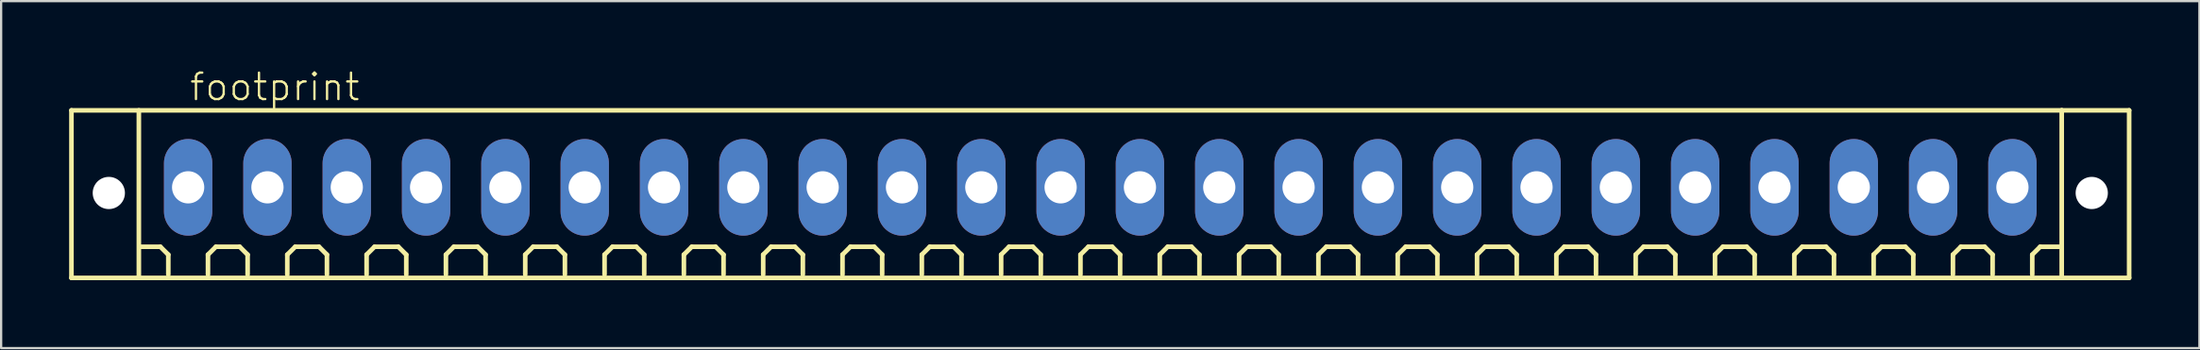
<source format=kicad_pcb>
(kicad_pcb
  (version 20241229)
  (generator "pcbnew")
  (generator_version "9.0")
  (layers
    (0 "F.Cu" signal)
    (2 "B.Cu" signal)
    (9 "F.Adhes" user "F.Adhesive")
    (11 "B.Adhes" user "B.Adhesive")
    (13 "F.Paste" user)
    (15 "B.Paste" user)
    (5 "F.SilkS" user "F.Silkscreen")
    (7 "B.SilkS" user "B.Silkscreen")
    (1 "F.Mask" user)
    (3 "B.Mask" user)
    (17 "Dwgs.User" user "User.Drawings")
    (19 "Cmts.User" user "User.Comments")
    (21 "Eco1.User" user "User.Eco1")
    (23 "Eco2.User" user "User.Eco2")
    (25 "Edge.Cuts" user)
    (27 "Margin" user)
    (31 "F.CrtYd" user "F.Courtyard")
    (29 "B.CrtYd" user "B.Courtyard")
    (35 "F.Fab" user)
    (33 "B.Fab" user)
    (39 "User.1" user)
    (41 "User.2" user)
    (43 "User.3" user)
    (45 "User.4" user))
  (footprint "footprint"
    (layer "F.Cu")
    (at 45.502 5.223)
    (property "Reference" "footprint" (at -40.25 -3.75 0) (layer "F.SilkS") (effects (font (size 1.168 1.168) (thickness 0.102)) (justify left bottom)))
    (fp_line (start -45.4 -3.4) (end 42.425 -3.4) (stroke (width 0.203) (type solid)) (layer "F.SilkS"))
    (fp_line (start -45.4 4) (end -45.4 -3.4) (stroke (width 0.203) (type solid)) (layer "F.SilkS"))
    (fp_line (start -42.425 4) (end -45.4 4) (stroke (width 0.203) (type solid)) (layer "F.SilkS"))
    (fp_line (start -42.425 4) (end -42.425 -3.4) (stroke (width 0.203) (type solid)) (layer "F.SilkS"))
    (fp_line (start -41.475 2.625) (end -42.35 2.625) (stroke (width 0.203) (type solid)) (layer "F.SilkS"))
    (fp_line (start -41.125 2.975) (end -41.475 2.625) (stroke (width 0.203) (type solid)) (layer "F.SilkS"))
    (fp_line (start -41.125 3.85) (end -41.125 2.975) (stroke (width 0.203) (type solid)) (layer "F.SilkS"))
    (fp_line (start -39.375 2.975) (end -39.025 2.625) (stroke (width 0.203) (type solid)) (layer "F.SilkS"))
    (fp_line (start -39.375 3.85) (end -39.375 2.975) (stroke (width 0.203) (type solid)) (layer "F.SilkS"))
    (fp_line (start -39.025 2.625) (end -37.975 2.625) (stroke (width 0.203) (type solid)) (layer "F.SilkS"))
    (fp_line (start -37.975 2.625) (end -37.625 2.975) (stroke (width 0.203) (type solid)) (layer "F.SilkS"))
    (fp_line (start -37.625 2.975) (end -37.625 3.85) (stroke (width 0.203) (type solid)) (layer "F.SilkS"))
    (fp_line (start -35.875 2.975) (end -35.525 2.625) (stroke (width 0.203) (type solid)) (layer "F.SilkS"))
    (fp_line (start -35.875 3.85) (end -35.875 2.975) (stroke (width 0.203) (type solid)) (layer "F.SilkS"))
    (fp_line (start -35.525 2.625) (end -34.475 2.625) (stroke (width 0.203) (type solid)) (layer "F.SilkS"))
    (fp_line (start -34.475 2.625) (end -34.125 2.975) (stroke (width 0.203) (type solid)) (layer "F.SilkS"))
    (fp_line (start -34.125 2.975) (end -34.125 3.85) (stroke (width 0.203) (type solid)) (layer "F.SilkS"))
    (fp_line (start -32.375 2.975) (end -32.025 2.625) (stroke (width 0.203) (type solid)) (layer "F.SilkS"))
    (fp_line (start -32.375 3.85) (end -32.375 2.975) (stroke (width 0.203) (type solid)) (layer "F.SilkS"))
    (fp_line (start -32.025 2.625) (end -30.975 2.625) (stroke (width 0.203) (type solid)) (layer "F.SilkS"))
    (fp_line (start -30.975 2.625) (end -30.625 2.975) (stroke (width 0.203) (type solid)) (layer "F.SilkS"))
    (fp_line (start -30.625 2.975) (end -30.625 3.85) (stroke (width 0.203) (type solid)) (layer "F.SilkS"))
    (fp_line (start -28.875 2.975) (end -28.525 2.625) (stroke (width 0.203) (type solid)) (layer "F.SilkS"))
    (fp_line (start -28.875 3.85) (end -28.875 2.975) (stroke (width 0.203) (type solid)) (layer "F.SilkS"))
    (fp_line (start -28.525 2.625) (end -27.475 2.625) (stroke (width 0.203) (type solid)) (layer "F.SilkS"))
    (fp_line (start -27.475 2.625) (end -27.125 2.975) (stroke (width 0.203) (type solid)) (layer "F.SilkS"))
    (fp_line (start -27.125 2.975) (end -27.125 3.85) (stroke (width 0.203) (type solid)) (layer "F.SilkS"))
    (fp_line (start -25.375 2.975) (end -25.025 2.625) (stroke (width 0.203) (type solid)) (layer "F.SilkS"))
    (fp_line (start -25.375 3.85) (end -25.375 2.975) (stroke (width 0.203) (type solid)) (layer "F.SilkS"))
    (fp_line (start -25.025 2.625) (end -23.975 2.625) (stroke (width 0.203) (type solid)) (layer "F.SilkS"))
    (fp_line (start -23.975 2.625) (end -23.625 2.975) (stroke (width 0.203) (type solid)) (layer "F.SilkS"))
    (fp_line (start -23.625 2.975) (end -23.625 3.85) (stroke (width 0.203) (type solid)) (layer "F.SilkS"))
    (fp_line (start -21.875 2.975) (end -21.525 2.625) (stroke (width 0.203) (type solid)) (layer "F.SilkS"))
    (fp_line (start -21.875 3.85) (end -21.875 2.975) (stroke (width 0.203) (type solid)) (layer "F.SilkS"))
    (fp_line (start -21.525 2.625) (end -20.475 2.625) (stroke (width 0.203) (type solid)) (layer "F.SilkS"))
    (fp_line (start -20.475 2.625) (end -20.125 2.975) (stroke (width 0.203) (type solid)) (layer "F.SilkS"))
    (fp_line (start -20.125 2.975) (end -20.125 3.85) (stroke (width 0.203) (type solid)) (layer "F.SilkS"))
    (fp_line (start -18.375 2.975) (end -18.025 2.625) (stroke (width 0.203) (type solid)) (layer "F.SilkS"))
    (fp_line (start -18.375 3.85) (end -18.375 2.975) (stroke (width 0.203) (type solid)) (layer "F.SilkS"))
    (fp_line (start -18.025 2.625) (end -16.975 2.625) (stroke (width 0.203) (type solid)) (layer "F.SilkS"))
    (fp_line (start -16.975 2.625) (end -16.625 2.975) (stroke (width 0.203) (type solid)) (layer "F.SilkS"))
    (fp_line (start -16.625 2.975) (end -16.625 3.85) (stroke (width 0.203) (type solid)) (layer "F.SilkS"))
    (fp_line (start -14.875 2.975) (end -14.525 2.625) (stroke (width 0.203) (type solid)) (layer "F.SilkS"))
    (fp_line (start -14.875 3.85) (end -14.875 2.975) (stroke (width 0.203) (type solid)) (layer "F.SilkS"))
    (fp_line (start -14.525 2.625) (end -13.475 2.625) (stroke (width 0.203) (type solid)) (layer "F.SilkS"))
    (fp_line (start -13.475 2.625) (end -13.125 2.975) (stroke (width 0.203) (type solid)) (layer "F.SilkS"))
    (fp_line (start -13.125 2.975) (end -13.125 3.85) (stroke (width 0.203) (type solid)) (layer "F.SilkS"))
    (fp_line (start -11.375 2.975) (end -11.025 2.625) (stroke (width 0.203) (type solid)) (layer "F.SilkS"))
    (fp_line (start -11.375 3.85) (end -11.375 2.975) (stroke (width 0.203) (type solid)) (layer "F.SilkS"))
    (fp_line (start -11.025 2.625) (end -9.975 2.625) (stroke (width 0.203) (type solid)) (layer "F.SilkS"))
    (fp_line (start -9.975 2.625) (end -9.625 2.975) (stroke (width 0.203) (type solid)) (layer "F.SilkS"))
    (fp_line (start -9.625 2.975) (end -9.625 3.85) (stroke (width 0.203) (type solid)) (layer "F.SilkS"))
    (fp_line (start -7.875 2.975) (end -7.525 2.625) (stroke (width 0.203) (type solid)) (layer "F.SilkS"))
    (fp_line (start -7.875 3.85) (end -7.875 2.975) (stroke (width 0.203) (type solid)) (layer "F.SilkS"))
    (fp_line (start -7.525 2.625) (end -6.475 2.625) (stroke (width 0.203) (type solid)) (layer "F.SilkS"))
    (fp_line (start -6.475 2.625) (end -6.125 2.975) (stroke (width 0.203) (type solid)) (layer "F.SilkS"))
    (fp_line (start -6.125 2.975) (end -6.125 3.85) (stroke (width 0.203) (type solid)) (layer "F.SilkS"))
    (fp_line (start -4.375 2.975) (end -4.025 2.625) (stroke (width 0.203) (type solid)) (layer "F.SilkS"))
    (fp_line (start -4.375 3.85) (end -4.375 2.975) (stroke (width 0.203) (type solid)) (layer "F.SilkS"))
    (fp_line (start -4.025 2.625) (end -2.975 2.625) (stroke (width 0.203) (type solid)) (layer "F.SilkS"))
    (fp_line (start -2.975 2.625) (end -2.625 2.975) (stroke (width 0.203) (type solid)) (layer "F.SilkS"))
    (fp_line (start -2.625 2.975) (end -2.625 3.85) (stroke (width 0.203) (type solid)) (layer "F.SilkS"))
    (fp_line (start -0.875 2.975) (end -0.525 2.625) (stroke (width 0.203) (type solid)) (layer "F.SilkS"))
    (fp_line (start -0.875 3.85) (end -0.875 2.975) (stroke (width 0.203) (type solid)) (layer "F.SilkS"))
    (fp_line (start -0.525 2.625) (end 0.525 2.625) (stroke (width 0.203) (type solid)) (layer "F.SilkS"))
    (fp_line (start 0.525 2.625) (end 0.875 2.975) (stroke (width 0.203) (type solid)) (layer "F.SilkS"))
    (fp_line (start 0.875 2.975) (end 0.875 3.85) (stroke (width 0.203) (type solid)) (layer "F.SilkS"))
    (fp_line (start 2.625 2.975) (end 2.975 2.625) (stroke (width 0.203) (type solid)) (layer "F.SilkS"))
    (fp_line (start 2.625 3.85) (end 2.625 2.975) (stroke (width 0.203) (type solid)) (layer "F.SilkS"))
    (fp_line (start 2.975 2.625) (end 4.025 2.625) (stroke (width 0.203) (type solid)) (layer "F.SilkS"))
    (fp_line (start 4.025 2.625) (end 4.375 2.975) (stroke (width 0.203) (type solid)) (layer "F.SilkS"))
    (fp_line (start 4.375 2.975) (end 4.375 3.85) (stroke (width 0.203) (type solid)) (layer "F.SilkS"))
    (fp_line (start 6.125 2.975) (end 6.475 2.625) (stroke (width 0.203) (type solid)) (layer "F.SilkS"))
    (fp_line (start 6.125 3.85) (end 6.125 2.975) (stroke (width 0.203) (type solid)) (layer "F.SilkS"))
    (fp_line (start 6.475 2.625) (end 7.525 2.625) (stroke (width 0.203) (type solid)) (layer "F.SilkS"))
    (fp_line (start 7.525 2.625) (end 7.875 2.975) (stroke (width 0.203) (type solid)) (layer "F.SilkS"))
    (fp_line (start 7.875 2.975) (end 7.875 3.85) (stroke (width 0.203) (type solid)) (layer "F.SilkS"))
    (fp_line (start 9.625 2.975) (end 9.975 2.625) (stroke (width 0.203) (type solid)) (layer "F.SilkS"))
    (fp_line (start 9.625 3.85) (end 9.625 2.975) (stroke (width 0.203) (type solid)) (layer "F.SilkS"))
    (fp_line (start 9.975 2.625) (end 11.025 2.625) (stroke (width 0.203) (type solid)) (layer "F.SilkS"))
    (fp_line (start 11.025 2.625) (end 11.375 2.975) (stroke (width 0.203) (type solid)) (layer "F.SilkS"))
    (fp_line (start 11.375 2.975) (end 11.375 3.85) (stroke (width 0.203) (type solid)) (layer "F.SilkS"))
    (fp_line (start 13.125 2.975) (end 13.475 2.625) (stroke (width 0.203) (type solid)) (layer "F.SilkS"))
    (fp_line (start 13.125 3.85) (end 13.125 2.975) (stroke (width 0.203) (type solid)) (layer "F.SilkS"))
    (fp_line (start 13.475 2.625) (end 14.525 2.625) (stroke (width 0.203) (type solid)) (layer "F.SilkS"))
    (fp_line (start 14.525 2.625) (end 14.875 2.975) (stroke (width 0.203) (type solid)) (layer "F.SilkS"))
    (fp_line (start 14.875 2.975) (end 14.875 3.85) (stroke (width 0.203) (type solid)) (layer "F.SilkS"))
    (fp_line (start 16.625 2.975) (end 16.975 2.625) (stroke (width 0.203) (type solid)) (layer "F.SilkS"))
    (fp_line (start 16.625 3.85) (end 16.625 2.975) (stroke (width 0.203) (type solid)) (layer "F.SilkS"))
    (fp_line (start 16.975 2.625) (end 18.025 2.625) (stroke (width 0.203) (type solid)) (layer "F.SilkS"))
    (fp_line (start 18.025 2.625) (end 18.375 2.975) (stroke (width 0.203) (type solid)) (layer "F.SilkS"))
    (fp_line (start 18.375 2.975) (end 18.375 3.85) (stroke (width 0.203) (type solid)) (layer "F.SilkS"))
    (fp_line (start 20.125 2.975) (end 20.475 2.625) (stroke (width 0.203) (type solid)) (layer "F.SilkS"))
    (fp_line (start 20.125 3.85) (end 20.125 2.975) (stroke (width 0.203) (type solid)) (layer "F.SilkS"))
    (fp_line (start 20.475 2.625) (end 21.525 2.625) (stroke (width 0.203) (type solid)) (layer "F.SilkS"))
    (fp_line (start 21.525 2.625) (end 21.875 2.975) (stroke (width 0.203) (type solid)) (layer "F.SilkS"))
    (fp_line (start 21.875 2.975) (end 21.875 3.85) (stroke (width 0.203) (type solid)) (layer "F.SilkS"))
    (fp_line (start 23.625 2.975) (end 23.975 2.625) (stroke (width 0.203) (type solid)) (layer "F.SilkS"))
    (fp_line (start 23.625 3.85) (end 23.625 2.975) (stroke (width 0.203) (type solid)) (layer "F.SilkS"))
    (fp_line (start 23.975 2.625) (end 25.025 2.625) (stroke (width 0.203) (type solid)) (layer "F.SilkS"))
    (fp_line (start 25.025 2.625) (end 25.375 2.975) (stroke (width 0.203) (type solid)) (layer "F.SilkS"))
    (fp_line (start 25.375 2.975) (end 25.375 3.85) (stroke (width 0.203) (type solid)) (layer "F.SilkS"))
    (fp_line (start 27.125 2.975) (end 27.475 2.625) (stroke (width 0.203) (type solid)) (layer "F.SilkS"))
    (fp_line (start 27.125 3.85) (end 27.125 2.975) (stroke (width 0.203) (type solid)) (layer "F.SilkS"))
    (fp_line (start 27.475 2.625) (end 28.525 2.625) (stroke (width 0.203) (type solid)) (layer "F.SilkS"))
    (fp_line (start 28.525 2.625) (end 28.875 2.975) (stroke (width 0.203) (type solid)) (layer "F.SilkS"))
    (fp_line (start 28.875 2.975) (end 28.875 3.85) (stroke (width 0.203) (type solid)) (layer "F.SilkS"))
    (fp_line (start 30.625 2.975) (end 30.975 2.625) (stroke (width 0.203) (type solid)) (layer "F.SilkS"))
    (fp_line (start 30.625 3.85) (end 30.625 2.975) (stroke (width 0.203) (type solid)) (layer "F.SilkS"))
    (fp_line (start 30.975 2.625) (end 32.025 2.625) (stroke (width 0.203) (type solid)) (layer "F.SilkS"))
    (fp_line (start 32.025 2.625) (end 32.375 2.975) (stroke (width 0.203) (type solid)) (layer "F.SilkS"))
    (fp_line (start 32.375 2.975) (end 32.375 3.85) (stroke (width 0.203) (type solid)) (layer "F.SilkS"))
    (fp_line (start 34.125 2.975) (end 34.475 2.625) (stroke (width 0.203) (type solid)) (layer "F.SilkS"))
    (fp_line (start 34.125 3.85) (end 34.125 2.975) (stroke (width 0.203) (type solid)) (layer "F.SilkS"))
    (fp_line (start 34.475 2.625) (end 35.525 2.625) (stroke (width 0.203) (type solid)) (layer "F.SilkS"))
    (fp_line (start 35.525 2.625) (end 35.875 2.975) (stroke (width 0.203) (type solid)) (layer "F.SilkS"))
    (fp_line (start 35.875 2.975) (end 35.875 3.85) (stroke (width 0.203) (type solid)) (layer "F.SilkS"))
    (fp_line (start 37.625 2.975) (end 37.975 2.625) (stroke (width 0.203) (type solid)) (layer "F.SilkS"))
    (fp_line (start 37.625 3.85) (end 37.625 2.975) (stroke (width 0.203) (type solid)) (layer "F.SilkS"))
    (fp_line (start 37.975 2.625) (end 39.025 2.625) (stroke (width 0.203) (type solid)) (layer "F.SilkS"))
    (fp_line (start 39.025 2.625) (end 39.375 2.975) (stroke (width 0.203) (type solid)) (layer "F.SilkS"))
    (fp_line (start 39.375 2.975) (end 39.375 3.85) (stroke (width 0.203) (type solid)) (layer "F.SilkS"))
    (fp_line (start 41.125 2.975) (end 41.475 2.625) (stroke (width 0.203) (type solid)) (layer "F.SilkS"))
    (fp_line (start 41.125 3.85) (end 41.125 2.975) (stroke (width 0.203) (type solid)) (layer "F.SilkS"))
    (fp_line (start 41.475 2.625) (end 42.35 2.625) (stroke (width 0.203) (type solid)) (layer "F.SilkS"))
    (fp_line (start 42.425 -3.4) (end 42.425 4) (stroke (width 0.203) (type solid)) (layer "F.SilkS"))
    (fp_line (start 42.425 -3.4) (end 45.4 -3.4) (stroke (width 0.203) (type solid)) (layer "F.SilkS"))
    (fp_line (start 42.425 4) (end -42.425 4) (stroke (width 0.203) (type solid)) (layer "F.SilkS"))
    (fp_line (start 45.4 -3.4) (end 45.4 4) (stroke (width 0.203) (type solid)) (layer "F.SilkS"))
    (fp_line (start 45.4 4) (end 42.425 4) (stroke (width 0.203) (type solid)) (layer "F.SilkS"))
    (pad "" np_thru_hole circle (at -43.75 0.25) (size 1.422 1.422) (drill 1.422) (layers "*.Cu" "*.Mask"))
    (pad "" np_thru_hole circle (at 43.75 0.25) (size 1.422 1.422) (drill 1.422) (layers "*.Cu" "*.Mask"))
    (pad "1" thru_hole oval (at -40.25 0 90) (size 4.267 2.134) (drill 1.422) (layers "*.Cu" "*.Mask"))
    (pad "2" thru_hole oval (at -36.75 0 90) (size 4.267 2.134) (drill 1.422) (layers "*.Cu" "*.Mask"))
    (pad "3" thru_hole oval (at -33.25 0 90) (size 4.267 2.134) (drill 1.422) (layers "*.Cu" "*.Mask"))
    (pad "4" thru_hole oval (at -29.75 0 90) (size 4.267 2.134) (drill 1.422) (layers "*.Cu" "*.Mask"))
    (pad "5" thru_hole oval (at -26.25 0 90) (size 4.267 2.134) (drill 1.422) (layers "*.Cu" "*.Mask"))
    (pad "6" thru_hole oval (at -22.75 0 90) (size 4.267 2.134) (drill 1.422) (layers "*.Cu" "*.Mask"))
    (pad "7" thru_hole oval (at -19.25 0 90) (size 4.267 2.134) (drill 1.422) (layers "*.Cu" "*.Mask"))
    (pad "8" thru_hole oval (at -15.75 0 90) (size 4.267 2.134) (drill 1.422) (layers "*.Cu" "*.Mask"))
    (pad "9" thru_hole oval (at -12.25 0 90) (size 4.267 2.134) (drill 1.422) (layers "*.Cu" "*.Mask"))
    (pad "10" thru_hole oval (at -8.75 0 90) (size 4.267 2.134) (drill 1.422) (layers "*.Cu" "*.Mask"))
    (pad "11" thru_hole oval (at -5.25 0 90) (size 4.267 2.134) (drill 1.422) (layers "*.Cu" "*.Mask"))
    (pad "12" thru_hole oval (at -1.75 0 90) (size 4.267 2.134) (drill 1.422) (layers "*.Cu" "*.Mask"))
    (pad "13" thru_hole oval (at 1.75 0 90) (size 4.267 2.134) (drill 1.422) (layers "*.Cu" "*.Mask"))
    (pad "14" thru_hole oval (at 5.25 0 90) (size 4.267 2.134) (drill 1.422) (layers "*.Cu" "*.Mask"))
    (pad "15" thru_hole oval (at 8.75 0 90) (size 4.267 2.134) (drill 1.422) (layers "*.Cu" "*.Mask"))
    (pad "16" thru_hole oval (at 12.25 0 90) (size 4.267 2.134) (drill 1.422) (layers "*.Cu" "*.Mask"))
    (pad "17" thru_hole oval (at 15.75 0 90) (size 4.267 2.134) (drill 1.422) (layers "*.Cu" "*.Mask"))
    (pad "18" thru_hole oval (at 19.25 0 90) (size 4.267 2.134) (drill 1.422) (layers "*.Cu" "*.Mask"))
    (pad "19" thru_hole oval (at 22.75 0 90) (size 4.267 2.134) (drill 1.422) (layers "*.Cu" "*.Mask"))
    (pad "20" thru_hole oval (at 26.25 0 90) (size 4.267 2.134) (drill 1.422) (layers "*.Cu" "*.Mask"))
    (pad "21" thru_hole oval (at 29.75 0 90) (size 4.267 2.134) (drill 1.422) (layers "*.Cu" "*.Mask"))
    (pad "22" thru_hole oval (at 33.25 0 90) (size 4.267 2.134) (drill 1.422) (layers "*.Cu" "*.Mask"))
    (pad "23" thru_hole oval (at 36.75 0 90) (size 4.267 2.134) (drill 1.422) (layers "*.Cu" "*.Mask"))
    (pad "24" thru_hole oval (at 40.25 0 90) (size 4.267 2.134) (drill 1.422) (layers "*.Cu" "*.Mask")))
  (gr_rect
    (start -3 -3)
    (end 94.003 12.325)
    (stroke (width 0.1) (type default))
    (fill no)
    (layer "Edge.Cuts")))
</source>
